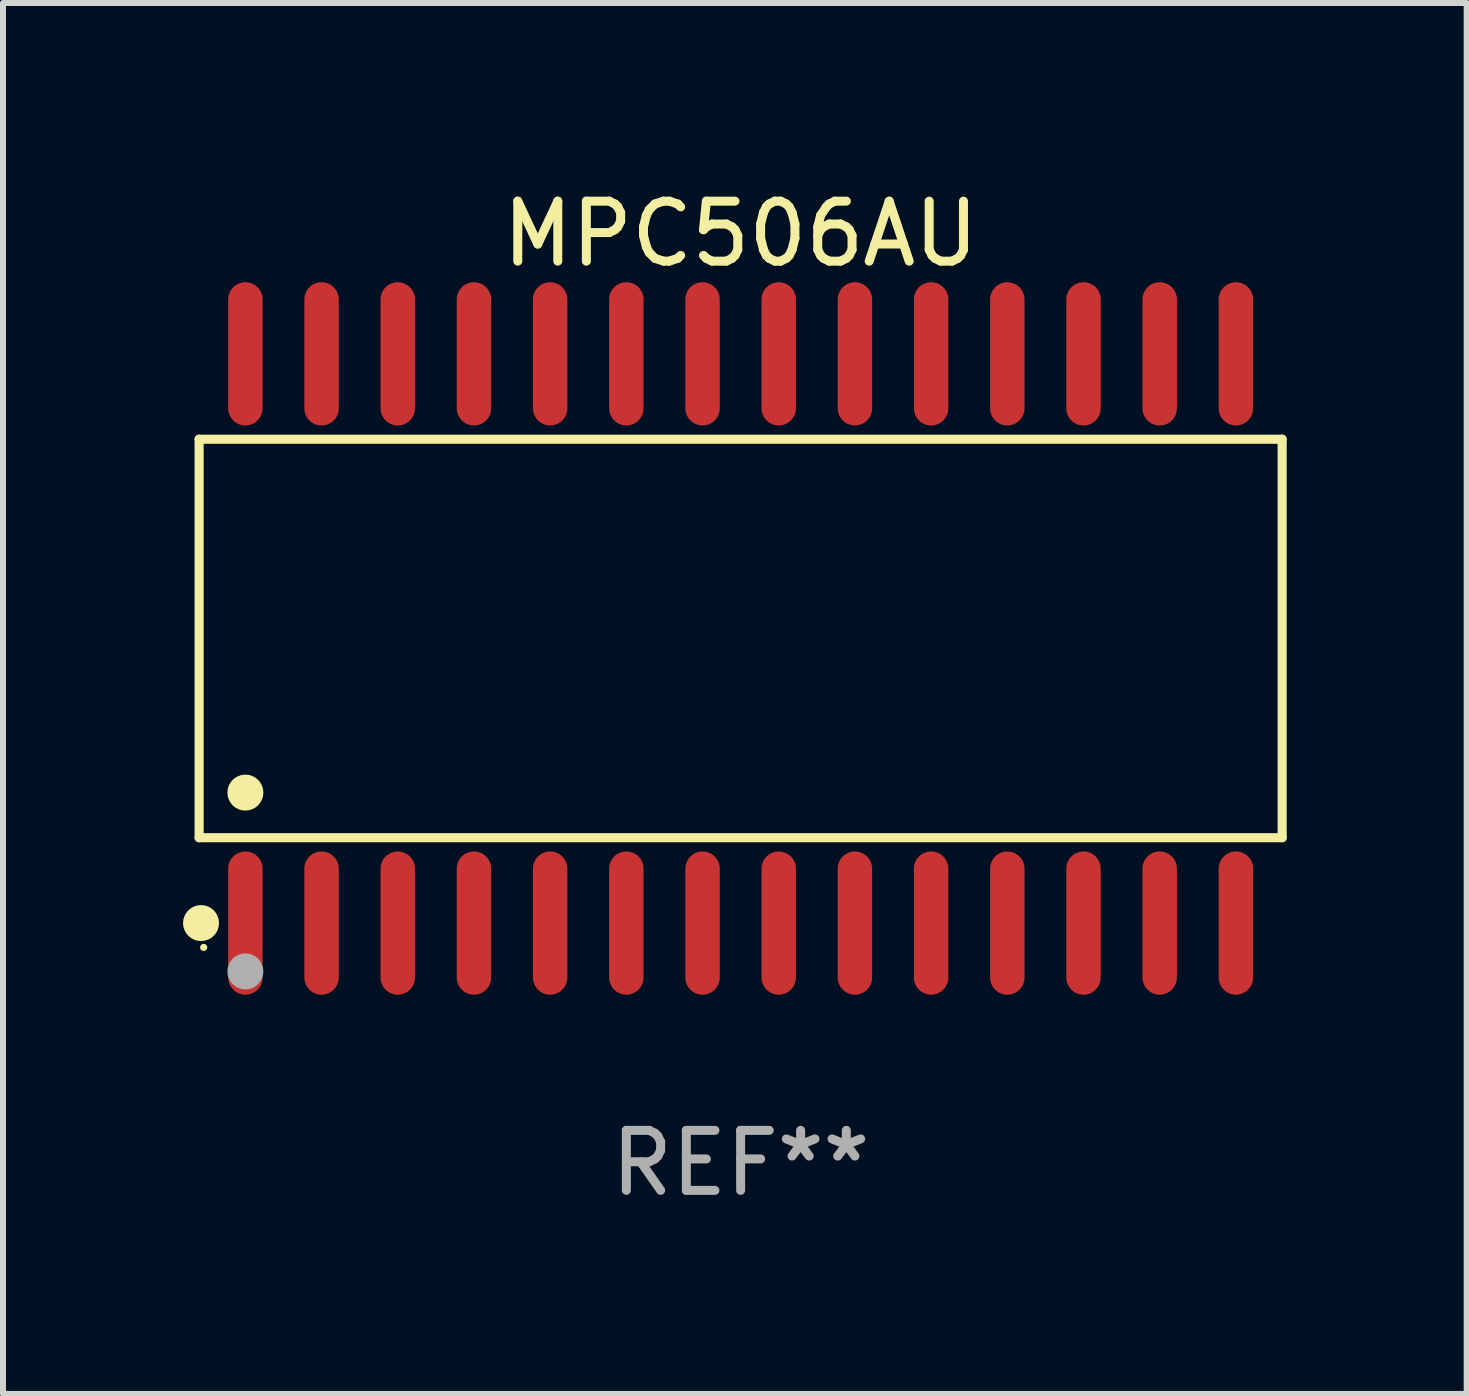
<source format=kicad_pcb>
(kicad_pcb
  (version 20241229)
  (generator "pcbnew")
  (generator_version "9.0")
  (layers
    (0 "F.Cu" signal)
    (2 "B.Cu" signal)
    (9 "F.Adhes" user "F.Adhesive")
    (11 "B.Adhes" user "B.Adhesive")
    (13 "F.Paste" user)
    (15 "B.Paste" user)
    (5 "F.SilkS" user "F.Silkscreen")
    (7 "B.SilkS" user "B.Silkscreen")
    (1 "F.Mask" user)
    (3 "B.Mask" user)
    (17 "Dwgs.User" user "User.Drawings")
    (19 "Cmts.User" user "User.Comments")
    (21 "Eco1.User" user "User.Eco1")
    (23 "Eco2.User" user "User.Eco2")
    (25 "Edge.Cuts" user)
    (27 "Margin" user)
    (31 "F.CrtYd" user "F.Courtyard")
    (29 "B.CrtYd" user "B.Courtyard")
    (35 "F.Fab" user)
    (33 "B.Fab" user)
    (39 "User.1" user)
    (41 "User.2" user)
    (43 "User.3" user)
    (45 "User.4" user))
  (footprint "MPC506AU"
    (layer "F.Cu")
    (at 9.295 7.592)
    (property "Reference" "MPC506AU" (at 0 -6.744 0) (layer "F.SilkS") (effects (font (size 1 1) (thickness 0.15))))
    (attr through_hole)
    (fp_line (start -9.026 -3.321) (end 9.026 -3.321) (stroke (width 0.152) (type solid)) (layer "F.SilkS"))
    (fp_line (start -9.026 3.321) (end -9.026 -3.321) (stroke (width 0.152) (type solid)) (layer "F.SilkS"))
    (fp_line (start 9.026 -3.321) (end 9.026 3.321) (stroke (width 0.152) (type solid)) (layer "F.SilkS"))
    (fp_line (start 9.026 3.321) (end -9.026 3.321) (stroke (width 0.152) (type solid)) (layer "F.SilkS"))
    (fp_circle (center -8.994 4.744) (end -8.844 4.744) (stroke (width 0.3) (type solid)) (fill no) (layer "F.SilkS"))
    (fp_circle (center -8.95 5.15) (end -8.92 5.15) (stroke (width 0.06) (type solid)) (fill no) (layer "F.SilkS"))
    (fp_circle (center -8.255 2.569) (end -8.105 2.569) (stroke (width 0.3) (type solid)) (fill no) (layer "F.SilkS"))
    (fp_circle (center -8.255 5.55) (end -8.105 5.55) (stroke (width 0.3) (type solid)) (fill no) (layer "F.Fab"))
    (fp_text user "REF**" (at 0 8.744 0) (layer "F.Fab") (effects (font (size 1 1) (thickness 0.15))))
    (pad "1" smd oval (at -8.255 4.744) (size 0.574 2.388) (layers "F.Cu" "F.Mask" "F.Paste"))
    (pad "2" smd oval (at -6.985 4.744) (size 0.574 2.388) (layers "F.Cu" "F.Mask" "F.Paste"))
    (pad "3" smd oval (at -5.715 4.744) (size 0.574 2.388) (layers "F.Cu" "F.Mask" "F.Paste"))
    (pad "4" smd oval (at -4.445 4.744) (size 0.574 2.388) (layers "F.Cu" "F.Mask" "F.Paste"))
    (pad "5" smd oval (at -3.175 4.744) (size 0.574 2.388) (layers "F.Cu" "F.Mask" "F.Paste"))
    (pad "6" smd oval (at -1.905 4.744) (size 0.574 2.388) (layers "F.Cu" "F.Mask" "F.Paste"))
    (pad "7" smd oval (at -0.635 4.744) (size 0.574 2.388) (layers "F.Cu" "F.Mask" "F.Paste"))
    (pad "8" smd oval (at 0.635 4.744) (size 0.574 2.388) (layers "F.Cu" "F.Mask" "F.Paste"))
    (pad "9" smd oval (at 1.905 4.744) (size 0.574 2.388) (layers "F.Cu" "F.Mask" "F.Paste"))
    (pad "10" smd oval (at 3.175 4.744) (size 0.574 2.388) (layers "F.Cu" "F.Mask" "F.Paste"))
    (pad "11" smd oval (at 4.445 4.744) (size 0.574 2.388) (layers "F.Cu" "F.Mask" "F.Paste"))
    (pad "12" smd oval (at 5.715 4.744) (size 0.574 2.388) (layers "F.Cu" "F.Mask" "F.Paste"))
    (pad "13" smd oval (at 6.985 4.744) (size 0.574 2.388) (layers "F.Cu" "F.Mask" "F.Paste"))
    (pad "14" smd oval (at 8.255 4.744) (size 0.574 2.388) (layers "F.Cu" "F.Mask" "F.Paste"))
    (pad "15" smd oval (at 8.255 -4.744) (size 0.574 2.388) (layers "F.Cu" "F.Mask" "F.Paste"))
    (pad "16" smd oval (at 6.985 -4.744) (size 0.574 2.388) (layers "F.Cu" "F.Mask" "F.Paste"))
    (pad "17" smd oval (at 5.715 -4.744) (size 0.574 2.388) (layers "F.Cu" "F.Mask" "F.Paste"))
    (pad "18" smd oval (at 4.445 -4.744) (size 0.574 2.388) (layers "F.Cu" "F.Mask" "F.Paste"))
    (pad "19" smd oval (at 3.175 -4.744) (size 0.574 2.388) (layers "F.Cu" "F.Mask" "F.Paste"))
    (pad "20" smd oval (at 1.905 -4.744) (size 0.574 2.388) (layers "F.Cu" "F.Mask" "F.Paste"))
    (pad "21" smd oval (at 0.635 -4.744) (size 0.574 2.388) (layers "F.Cu" "F.Mask" "F.Paste"))
    (pad "22" smd oval (at -0.635 -4.744) (size 0.574 2.388) (layers "F.Cu" "F.Mask" "F.Paste"))
    (pad "23" smd oval (at -1.905 -4.744) (size 0.574 2.388) (layers "F.Cu" "F.Mask" "F.Paste"))
    (pad "24" smd oval (at -3.175 -4.744) (size 0.574 2.388) (layers "F.Cu" "F.Mask" "F.Paste"))
    (pad "25" smd oval (at -4.445 -4.744) (size 0.574 2.388) (layers "F.Cu" "F.Mask" "F.Paste"))
    (pad "26" smd oval (at -5.715 -4.744) (size 0.574 2.388) (layers "F.Cu" "F.Mask" "F.Paste"))
    (pad "27" smd oval (at -6.985 -4.744) (size 0.574 2.388) (layers "F.Cu" "F.Mask" "F.Paste"))
    (pad "28" smd oval (at -8.255 -4.744) (size 0.574 2.388) (layers "F.Cu" "F.Mask" "F.Paste")))
  (gr_rect
    (start -3 -3)
    (end 21.397 20.184)
    (stroke (width 0.1) (type default))
    (fill no)
    (layer "Edge.Cuts")))
</source>
